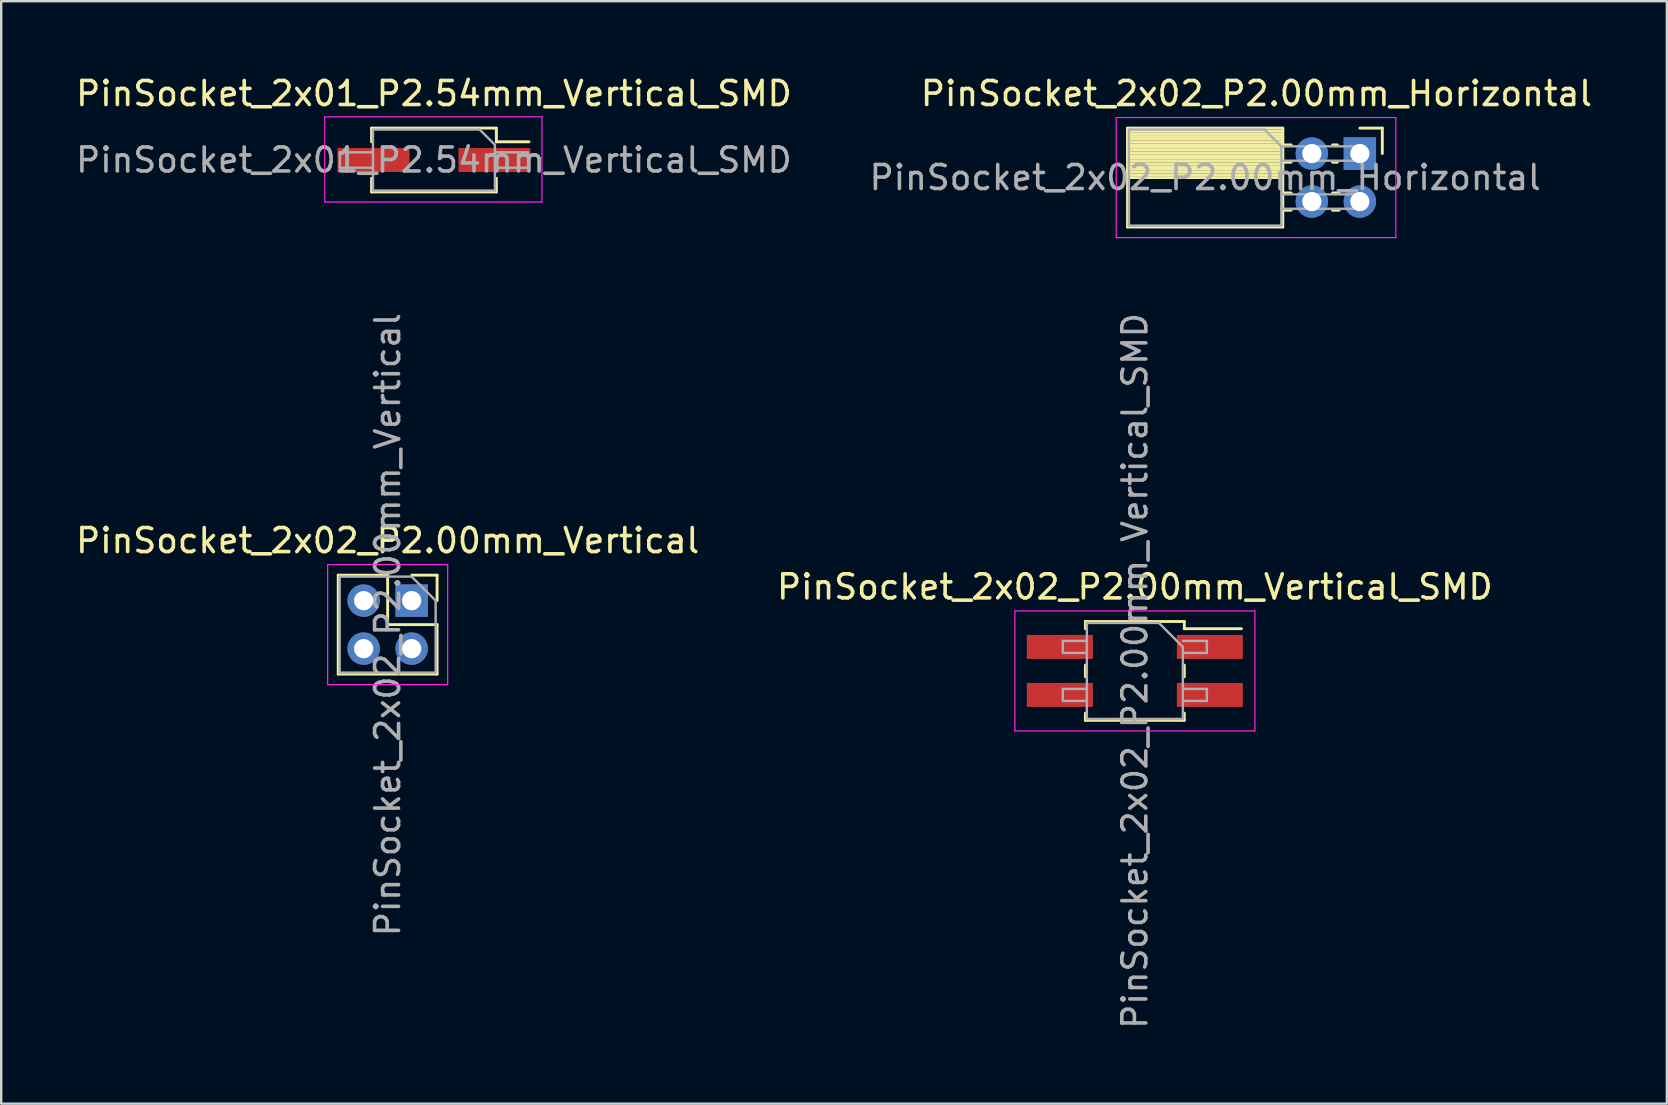
<source format=kicad_pcb>
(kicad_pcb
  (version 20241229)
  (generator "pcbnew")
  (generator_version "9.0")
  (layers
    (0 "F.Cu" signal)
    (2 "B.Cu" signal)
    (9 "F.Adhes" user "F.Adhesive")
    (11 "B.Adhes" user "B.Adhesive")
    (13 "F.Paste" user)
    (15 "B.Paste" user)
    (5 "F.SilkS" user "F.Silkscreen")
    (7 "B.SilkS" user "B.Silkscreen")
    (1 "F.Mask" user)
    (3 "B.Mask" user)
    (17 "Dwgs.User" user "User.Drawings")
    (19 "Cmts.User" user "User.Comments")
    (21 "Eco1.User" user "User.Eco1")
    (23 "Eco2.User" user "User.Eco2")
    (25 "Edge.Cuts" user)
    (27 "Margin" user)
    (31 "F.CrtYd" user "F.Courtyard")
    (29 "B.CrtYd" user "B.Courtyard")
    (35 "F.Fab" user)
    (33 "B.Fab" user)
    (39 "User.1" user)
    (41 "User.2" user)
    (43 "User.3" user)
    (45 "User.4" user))
  (footprint "PinSocket_2x02_P2.00mm_Vertical_SMD"
    (layer "F.Cu")
    (at 44.232 24.903)
    (property "Reference" "PinSocket_2x02_P2.00mm_Vertical_SMD" (at 0 -3.5 0) (layer "F.SilkS") (effects (font (size 1 1) (thickness 0.15))))
    (attr smd)
    (fp_line (start -2.06 -2.06) (end -2.06 -1.76) (stroke (width 0.12) (type solid)) (layer "F.SilkS"))
    (fp_line (start -2.06 -2.06) (end 2.06 -2.06) (stroke (width 0.12) (type solid)) (layer "F.SilkS"))
    (fp_line (start -2.06 -0.24) (end -2.06 0.24) (stroke (width 0.12) (type solid)) (layer "F.SilkS"))
    (fp_line (start -2.06 1.76) (end -2.06 2.06) (stroke (width 0.12) (type solid)) (layer "F.SilkS"))
    (fp_line (start -2.06 2.06) (end 2.06 2.06) (stroke (width 0.12) (type solid)) (layer "F.SilkS"))
    (fp_line (start 2.06 -2.06) (end 2.06 -1.76) (stroke (width 0.12) (type solid)) (layer "F.SilkS"))
    (fp_line (start 2.06 -1.76) (end 4.44 -1.76) (stroke (width 0.12) (type solid)) (layer "F.SilkS"))
    (fp_line (start 2.06 -0.24) (end 2.06 0.24) (stroke (width 0.12) (type solid)) (layer "F.SilkS"))
    (fp_line (start 2.06 1.76) (end 2.06 2.06) (stroke (width 0.12) (type solid)) (layer "F.SilkS"))
    (fp_line (start -5 -2.5) (end 5 -2.5) (stroke (width 0.05) (type solid)) (layer "F.CrtYd"))
    (fp_line (start -5 2.5) (end -5 -2.5) (stroke (width 0.05) (type solid)) (layer "F.CrtYd"))
    (fp_line (start 5 -2.5) (end 5 2.5) (stroke (width 0.05) (type solid)) (layer "F.CrtYd"))
    (fp_line (start 5 2.5) (end -5 2.5) (stroke (width 0.05) (type solid)) (layer "F.CrtYd"))
    (fp_line (start -3 -1.25) (end -2 -1.25) (stroke (width 0.1) (type solid)) (layer "F.Fab"))
    (fp_line (start -3 -0.75) (end -3 -1.25) (stroke (width 0.1) (type solid)) (layer "F.Fab"))
    (fp_line (start -3 0.75) (end -2 0.75) (stroke (width 0.1) (type solid)) (layer "F.Fab"))
    (fp_line (start -3 1.25) (end -3 0.75) (stroke (width 0.1) (type solid)) (layer "F.Fab"))
    (fp_line (start -2 -2) (end 1 -2) (stroke (width 0.1) (type solid)) (layer "F.Fab"))
    (fp_line (start -2 -0.75) (end -3 -0.75) (stroke (width 0.1) (type solid)) (layer "F.Fab"))
    (fp_line (start -2 1.25) (end -3 1.25) (stroke (width 0.1) (type solid)) (layer "F.Fab"))
    (fp_line (start -2 2) (end -2 -2) (stroke (width 0.1) (type solid)) (layer "F.Fab"))
    (fp_line (start 1 -2) (end 2 -1) (stroke (width 0.1) (type solid)) (layer "F.Fab"))
    (fp_line (start 2 -1.25) (end 3 -1.25) (stroke (width 0.1) (type solid)) (layer "F.Fab"))
    (fp_line (start 2 -1) (end 2 2) (stroke (width 0.1) (type solid)) (layer "F.Fab"))
    (fp_line (start 2 0.75) (end 3 0.75) (stroke (width 0.1) (type solid)) (layer "F.Fab"))
    (fp_line (start 2 2) (end -2 2) (stroke (width 0.1) (type solid)) (layer "F.Fab"))
    (fp_line (start 3 -1.25) (end 3 -0.75) (stroke (width 0.1) (type solid)) (layer "F.Fab"))
    (fp_line (start 3 -0.75) (end 2 -0.75) (stroke (width 0.1) (type solid)) (layer "F.Fab"))
    (fp_line (start 3 0.75) (end 3 1.25) (stroke (width 0.1) (type solid)) (layer "F.Fab"))
    (fp_line (start 3 1.25) (end 2 1.25) (stroke (width 0.1) (type solid)) (layer "F.Fab"))
    (fp_text user "${REFERENCE}" (at 0 0 90) (layer "F.Fab") (effects (font (size 1 1) (thickness 0.15))))
    (pad "1" smd rect (at 3.125 -1) (size 2.75 1) (layers "F.Cu" "F.Mask" "F.Paste"))
    (pad "2" smd rect (at -3.125 -1) (size 2.75 1) (layers "F.Cu" "F.Mask" "F.Paste"))
    (pad "3" smd rect (at 3.125 1) (size 2.75 1) (layers "F.Cu" "F.Mask" "F.Paste"))
    (pad "4" smd rect (at -3.125 1) (size 2.75 1) (layers "F.Cu" "F.Mask" "F.Paste")))
  (footprint "PinSocket_2x02_P2.00mm_Horizontal"
    (layer "F.Cu")
    (at 53.606 3.348)
    (property "Reference" "PinSocket_2x02_P2.00mm_Horizontal" (at -4.31 -2.5 0) (layer "F.SilkS") (effects (font (size 1 1) (thickness 0.15))))
    (attr through_hole)
    (fp_line (start -9.68 -1.06) (end -9.68 3.06) (stroke (width 0.12) (type solid)) (layer "F.SilkS"))
    (fp_line (start -9.68 -1.06) (end -3.21 -1.06) (stroke (width 0.12) (type solid)) (layer "F.SilkS"))
    (fp_line (start -9.68 -0.94) (end -3.21 -0.94) (stroke (width 0.12) (type solid)) (layer "F.SilkS"))
    (fp_line (start -9.68 -0.826) (end -3.21 -0.826) (stroke (width 0.12) (type solid)) (layer "F.SilkS"))
    (fp_line (start -9.68 -0.712) (end -3.21 -0.712) (stroke (width 0.12) (type solid)) (layer "F.SilkS"))
    (fp_line (start -9.68 -0.598) (end -3.21 -0.598) (stroke (width 0.12) (type solid)) (layer "F.SilkS"))
    (fp_line (start -9.68 -0.484) (end -3.21 -0.484) (stroke (width 0.12) (type solid)) (layer "F.SilkS"))
    (fp_line (start -9.68 -0.369) (end -3.21 -0.369) (stroke (width 0.12) (type solid)) (layer "F.SilkS"))
    (fp_line (start -9.68 -0.255) (end -3.21 -0.255) (stroke (width 0.12) (type solid)) (layer "F.SilkS"))
    (fp_line (start -9.68 -0.141) (end -3.21 -0.141) (stroke (width 0.12) (type solid)) (layer "F.SilkS"))
    (fp_line (start -9.68 -0.027) (end -3.21 -0.027) (stroke (width 0.12) (type solid)) (layer "F.SilkS"))
    (fp_line (start -9.68 0.087) (end -3.21 0.087) (stroke (width 0.12) (type solid)) (layer "F.SilkS"))
    (fp_line (start -9.68 0.201) (end -3.21 0.201) (stroke (width 0.12) (type solid)) (layer "F.SilkS"))
    (fp_line (start -9.68 0.315) (end -3.21 0.315) (stroke (width 0.12) (type solid)) (layer "F.SilkS"))
    (fp_line (start -9.68 0.429) (end -3.21 0.429) (stroke (width 0.12) (type solid)) (layer "F.SilkS"))
    (fp_line (start -9.68 0.544) (end -3.21 0.544) (stroke (width 0.12) (type solid)) (layer "F.SilkS"))
    (fp_line (start -9.68 0.658) (end -3.21 0.658) (stroke (width 0.12) (type solid)) (layer "F.SilkS"))
    (fp_line (start -9.68 0.772) (end -3.21 0.772) (stroke (width 0.12) (type solid)) (layer "F.SilkS"))
    (fp_line (start -9.68 0.886) (end -3.21 0.886) (stroke (width 0.12) (type solid)) (layer "F.SilkS"))
    (fp_line (start -9.68 1) (end -3.21 1) (stroke (width 0.12) (type solid)) (layer "F.SilkS"))
    (fp_line (start -9.68 3.06) (end -3.21 3.06) (stroke (width 0.12) (type solid)) (layer "F.SilkS"))
    (fp_line (start -3.21 -1.06) (end -3.21 3.06) (stroke (width 0.12) (type solid)) (layer "F.SilkS"))
    (fp_line (start -3.21 -0.36) (end -2.863 -0.36) (stroke (width 0.12) (type solid)) (layer "F.SilkS"))
    (fp_line (start -3.21 0.36) (end -2.863 0.36) (stroke (width 0.12) (type solid)) (layer "F.SilkS"))
    (fp_line (start -3.21 1.64) (end -2.863 1.64) (stroke (width 0.12) (type solid)) (layer "F.SilkS"))
    (fp_line (start -3.21 2.36) (end -2.863 2.36) (stroke (width 0.12) (type solid)) (layer "F.SilkS"))
    (fp_line (start -1.137 -0.36) (end -0.935 -0.36) (stroke (width 0.12) (type solid)) (layer "F.SilkS"))
    (fp_line (start -1.137 0.36) (end -0.935 0.36) (stroke (width 0.12) (type solid)) (layer "F.SilkS"))
    (fp_line (start -1.137 1.64) (end -0.863 1.64) (stroke (width 0.12) (type solid)) (layer "F.SilkS"))
    (fp_line (start -1.137 2.36) (end -0.863 2.36) (stroke (width 0.12) (type solid)) (layer "F.SilkS"))
    (fp_line (start 0 -1.06) (end 0.935 -1.06) (stroke (width 0.12) (type solid)) (layer "F.SilkS"))
    (fp_line (start 0.935 -1.06) (end 0.935 0) (stroke (width 0.12) (type solid)) (layer "F.SilkS"))
    (fp_line (start -10.15 -1.5) (end -10.15 3.5) (stroke (width 0.05) (type solid)) (layer "F.CrtYd"))
    (fp_line (start -10.15 3.5) (end 1.5 3.5) (stroke (width 0.05) (type solid)) (layer "F.CrtYd"))
    (fp_line (start 1.5 -1.5) (end -10.15 -1.5) (stroke (width 0.05) (type solid)) (layer "F.CrtYd"))
    (fp_line (start 1.5 3.5) (end 1.5 -1.5) (stroke (width 0.05) (type solid)) (layer "F.CrtYd"))
    (fp_line (start -9.62 -1) (end -3.97 -1) (stroke (width 0.1) (type solid)) (layer "F.Fab"))
    (fp_line (start -9.62 3) (end -9.62 -1) (stroke (width 0.1) (type solid)) (layer "F.Fab"))
    (fp_line (start -3.97 -1) (end -3.27 -0.3) (stroke (width 0.1) (type solid)) (layer "F.Fab"))
    (fp_line (start -3.27 -0.3) (end -3.27 3) (stroke (width 0.1) (type solid)) (layer "F.Fab"))
    (fp_line (start -3.27 0.3) (end 0 0.3) (stroke (width 0.1) (type solid)) (layer "F.Fab"))
    (fp_line (start -3.27 2.3) (end 0 2.3) (stroke (width 0.1) (type solid)) (layer "F.Fab"))
    (fp_line (start -3.27 3) (end -9.62 3) (stroke (width 0.1) (type solid)) (layer "F.Fab"))
    (fp_line (start 0 -0.3) (end -3.27 -0.3) (stroke (width 0.1) (type solid)) (layer "F.Fab"))
    (fp_line (start 0 0.3) (end 0 -0.3) (stroke (width 0.1) (type solid)) (layer "F.Fab"))
    (fp_line (start 0 1.7) (end -3.27 1.7) (stroke (width 0.1) (type solid)) (layer "F.Fab"))
    (fp_line (start 0 2.3) (end 0 1.7) (stroke (width 0.1) (type solid)) (layer "F.Fab"))
    (fp_text user "${REFERENCE}" (at -6.445 1 0) (layer "F.Fab") (effects (font (size 1 1) (thickness 0.15))))
    (pad "1" thru_hole rect (at 0 0) (size 1.35 1.35) (drill 0.8) (layers "*.Cu" "*.Mask"))
    (pad "2" thru_hole oval (at -2 0) (size 1.35 1.35) (drill 0.8) (layers "*.Cu" "*.Mask"))
    (pad "3" thru_hole oval (at 0 2) (size 1.35 1.35) (drill 0.8) (layers "*.Cu" "*.Mask"))
    (pad "4" thru_hole oval (at -2 2) (size 1.35 1.35) (drill 0.8) (layers "*.Cu" "*.Mask")))
  (footprint "PinSocket_2x01_P2.54mm_Vertical_SMD"
    (layer "F.Cu")
    (at 15.03 3.618)
    (property "Reference" "PinSocket_2x01_P2.54mm_Vertical_SMD" (at 0 -2.77 0) (layer "F.SilkS") (effects (font (size 1 1) (thickness 0.15))))
    (attr smd)
    (fp_line (start -2.6 -1.33) (end -2.6 -0.76) (stroke (width 0.12) (type solid)) (layer "F.SilkS"))
    (fp_line (start -2.6 -1.33) (end 2.6 -1.33) (stroke (width 0.12) (type solid)) (layer "F.SilkS"))
    (fp_line (start -2.6 0.76) (end -2.6 1.33) (stroke (width 0.12) (type solid)) (layer "F.SilkS"))
    (fp_line (start -2.6 1.33) (end 2.6 1.33) (stroke (width 0.12) (type solid)) (layer "F.SilkS"))
    (fp_line (start 2.6 -1.33) (end 2.6 -0.76) (stroke (width 0.12) (type solid)) (layer "F.SilkS"))
    (fp_line (start 2.6 -0.76) (end 3.96 -0.76) (stroke (width 0.12) (type solid)) (layer "F.SilkS"))
    (fp_line (start 2.6 0.76) (end 2.6 1.33) (stroke (width 0.12) (type solid)) (layer "F.SilkS"))
    (fp_line (start -4.55 -1.8) (end 4.5 -1.8) (stroke (width 0.05) (type solid)) (layer "F.CrtYd"))
    (fp_line (start -4.55 1.75) (end -4.55 -1.8) (stroke (width 0.05) (type solid)) (layer "F.CrtYd"))
    (fp_line (start 4.5 -1.8) (end 4.5 1.75) (stroke (width 0.05) (type solid)) (layer "F.CrtYd"))
    (fp_line (start 4.5 1.75) (end -4.55 1.75) (stroke (width 0.05) (type solid)) (layer "F.CrtYd"))
    (fp_line (start -3.92 -0.32) (end -2.54 -0.32) (stroke (width 0.1) (type solid)) (layer "F.Fab"))
    (fp_line (start -3.92 0.32) (end -3.92 -0.32) (stroke (width 0.1) (type solid)) (layer "F.Fab"))
    (fp_line (start -2.54 -1.27) (end 1.905 -1.27) (stroke (width 0.1) (type solid)) (layer "F.Fab"))
    (fp_line (start -2.54 0.32) (end -3.92 0.32) (stroke (width 0.1) (type solid)) (layer "F.Fab"))
    (fp_line (start -2.54 1.27) (end -2.54 -1.27) (stroke (width 0.1) (type solid)) (layer "F.Fab"))
    (fp_line (start 1.905 -1.27) (end 2.54 -0.635) (stroke (width 0.1) (type solid)) (layer "F.Fab"))
    (fp_line (start 2.54 -0.635) (end 2.54 1.27) (stroke (width 0.1) (type solid)) (layer "F.Fab"))
    (fp_line (start 2.54 -0.32) (end 3.92 -0.32) (stroke (width 0.1) (type solid)) (layer "F.Fab"))
    (fp_line (start 2.54 1.27) (end -2.54 1.27) (stroke (width 0.1) (type solid)) (layer "F.Fab"))
    (fp_line (start 3.92 -0.32) (end 3.92 0.32) (stroke (width 0.1) (type solid)) (layer "F.Fab"))
    (fp_line (start 3.92 0.32) (end 2.54 0.32) (stroke (width 0.1) (type solid)) (layer "F.Fab"))
    (fp_text user "${REFERENCE}" (at 0 0 0) (layer "F.Fab") (effects (font (size 1 1) (thickness 0.15))))
    (pad "1" smd rect (at 2.52 0) (size 3 1) (layers "F.Cu" "F.Mask" "F.Paste"))
    (pad "2" smd rect (at -2.52 0) (size 3 1) (layers "F.Cu" "F.Mask" "F.Paste")))
  (footprint "PinSocket_2x02_P2.00mm_Vertical"
    (layer "F.Cu")
    (at 14.101 21.974)
    (property "Reference" "PinSocket_2x02_P2.00mm_Vertical" (at -1 -2.5 0) (layer "F.SilkS") (effects (font (size 1 1) (thickness 0.15))))
    (attr through_hole)
    (fp_line (start -3.06 -1.06) (end -3.06 3.06) (stroke (width 0.12) (type solid)) (layer "F.SilkS"))
    (fp_line (start -3.06 -1.06) (end -1 -1.06) (stroke (width 0.12) (type solid)) (layer "F.SilkS"))
    (fp_line (start -3.06 3.06) (end 1.06 3.06) (stroke (width 0.12) (type solid)) (layer "F.SilkS"))
    (fp_line (start -1 -1.06) (end -1 1) (stroke (width 0.12) (type solid)) (layer "F.SilkS"))
    (fp_line (start -1 1) (end 1.06 1) (stroke (width 0.12) (type solid)) (layer "F.SilkS"))
    (fp_line (start 0 -1.06) (end 1.06 -1.06) (stroke (width 0.12) (type solid)) (layer "F.SilkS"))
    (fp_line (start 1.06 -1.06) (end 1.06 0) (stroke (width 0.12) (type solid)) (layer "F.SilkS"))
    (fp_line (start 1.06 1) (end 1.06 3.06) (stroke (width 0.12) (type solid)) (layer "F.SilkS"))
    (fp_line (start -3.5 -1.5) (end 1.5 -1.5) (stroke (width 0.05) (type solid)) (layer "F.CrtYd"))
    (fp_line (start -3.5 3.5) (end -3.5 -1.5) (stroke (width 0.05) (type solid)) (layer "F.CrtYd"))
    (fp_line (start 1.5 -1.5) (end 1.5 3.5) (stroke (width 0.05) (type solid)) (layer "F.CrtYd"))
    (fp_line (start 1.5 3.5) (end -3.5 3.5) (stroke (width 0.05) (type solid)) (layer "F.CrtYd"))
    (fp_line (start -3 -1) (end 0 -1) (stroke (width 0.1) (type solid)) (layer "F.Fab"))
    (fp_line (start -3 3) (end -3 -1) (stroke (width 0.1) (type solid)) (layer "F.Fab"))
    (fp_line (start 0 -1) (end 1 0) (stroke (width 0.1) (type solid)) (layer "F.Fab"))
    (fp_line (start 1 0) (end 1 3) (stroke (width 0.1) (type solid)) (layer "F.Fab"))
    (fp_line (start 1 3) (end -3 3) (stroke (width 0.1) (type solid)) (layer "F.Fab"))
    (fp_text user "${REFERENCE}" (at -1 1 90) (layer "F.Fab") (effects (font (size 1 1) (thickness 0.15))))
    (pad "1" thru_hole rect (at 0 0) (size 1.35 1.35) (drill 0.8) (layers "*.Cu" "*.Mask"))
    (pad "2" thru_hole oval (at -2 0) (size 1.35 1.35) (drill 0.8) (layers "*.Cu" "*.Mask"))
    (pad "3" thru_hole oval (at 0 2) (size 1.35 1.35) (drill 0.8) (layers "*.Cu" "*.Mask"))
    (pad "4" thru_hole oval (at -2 2) (size 1.35 1.35) (drill 0.8) (layers "*.Cu" "*.Mask")))
  (gr_rect
    (start -3 -3)
    (end 66.397 42.933)
    (stroke (width 0.1) (type default))
    (fill no)
    (layer "Edge.Cuts")))
</source>
